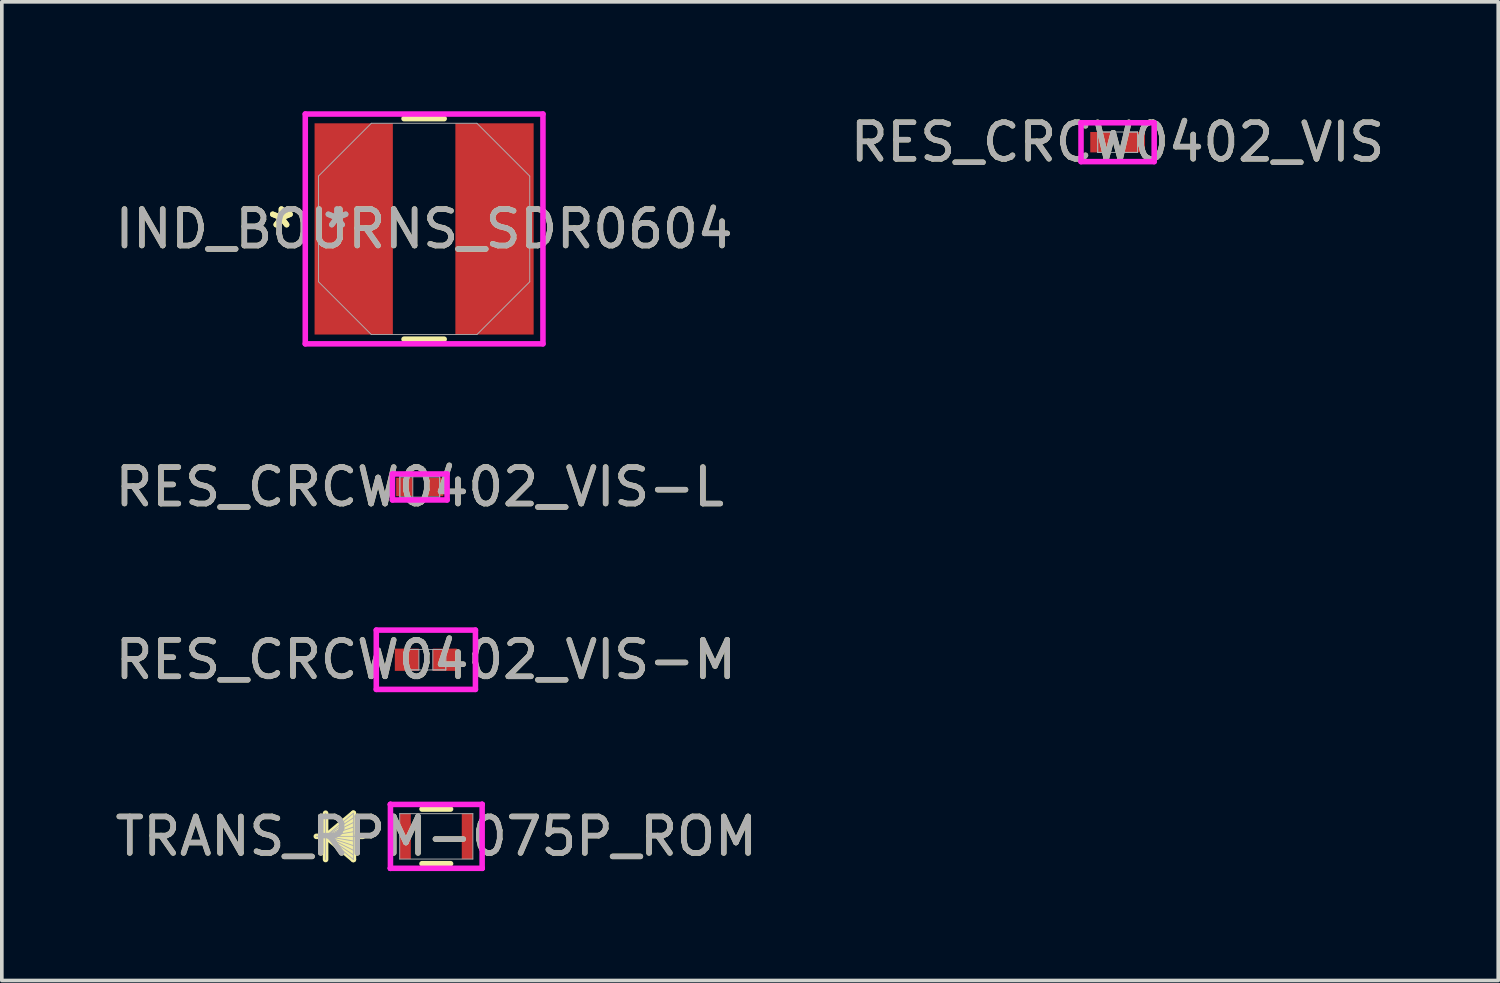
<source format=kicad_pcb>
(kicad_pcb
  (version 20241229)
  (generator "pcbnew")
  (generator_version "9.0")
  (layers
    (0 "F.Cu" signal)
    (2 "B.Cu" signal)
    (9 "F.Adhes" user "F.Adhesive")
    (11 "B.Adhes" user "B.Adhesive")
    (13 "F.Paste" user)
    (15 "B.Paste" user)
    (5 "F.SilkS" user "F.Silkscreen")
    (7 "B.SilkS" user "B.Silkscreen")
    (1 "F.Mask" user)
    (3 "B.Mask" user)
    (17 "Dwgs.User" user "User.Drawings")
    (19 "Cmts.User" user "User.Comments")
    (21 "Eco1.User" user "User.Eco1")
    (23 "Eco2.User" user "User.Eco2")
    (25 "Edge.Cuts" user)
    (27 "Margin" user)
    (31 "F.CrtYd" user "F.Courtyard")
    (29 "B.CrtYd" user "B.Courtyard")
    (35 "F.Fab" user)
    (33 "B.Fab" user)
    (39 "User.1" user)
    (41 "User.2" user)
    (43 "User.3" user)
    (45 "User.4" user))
  (footprint "TRANS_RPM-075P_ROM"
    (layer "F.Cu")
    (at 8.911 19.879)
    (property "Reference" "TRANS_RPM-075P_ROM" (at 0 0 0) (unlocked yes) (layer "F.SilkS") (effects (font (size 1 1) (thickness 0.15))))
    (attr smd)
    (fp_line (start -3.035 -0.635) (end -3.035 0.635) (stroke (width 0.152) (type solid)) (layer "F.SilkS"))
    (fp_line (start -3.035 0) (end -2.273 -0.635) (stroke (width 0.152) (type solid)) (layer "F.SilkS"))
    (fp_line (start -3.035 0) (end -2.273 -0.508) (stroke (width 0.152) (type solid)) (layer "F.SilkS"))
    (fp_line (start -3.035 0) (end -2.273 -0.381) (stroke (width 0.152) (type solid)) (layer "F.SilkS"))
    (fp_line (start -3.035 0) (end -2.273 -0.254) (stroke (width 0.152) (type solid)) (layer "F.SilkS"))
    (fp_line (start -3.035 0) (end -2.273 -0.127) (stroke (width 0.152) (type solid)) (layer "F.SilkS"))
    (fp_line (start -3.035 0) (end -2.273 0.127) (stroke (width 0.152) (type solid)) (layer "F.SilkS"))
    (fp_line (start -3.035 0) (end -2.273 0.254) (stroke (width 0.152) (type solid)) (layer "F.SilkS"))
    (fp_line (start -3.035 0) (end -2.273 0.381) (stroke (width 0.152) (type solid)) (layer "F.SilkS"))
    (fp_line (start -3.035 0) (end -2.273 0.508) (stroke (width 0.152) (type solid)) (layer "F.SilkS"))
    (fp_line (start -3.035 0) (end -2.273 0.635) (stroke (width 0.152) (type solid)) (layer "F.SilkS"))
    (fp_line (start -2.273 -0.635) (end -2.273 0.635) (stroke (width 0.152) (type solid)) (layer "F.SilkS"))
    (fp_line (start -2.019 0) (end -3.289 0) (stroke (width 0.152) (type solid)) (layer "F.SilkS"))
    (fp_line (start -0.391 0.749) (end 0.391 0.749) (stroke (width 0.152) (type solid)) (layer "F.SilkS"))
    (fp_line (start 0.391 -0.749) (end -0.391 -0.749) (stroke (width 0.152) (type solid)) (layer "F.SilkS"))
    (fp_line (start -1.257 -0.876) (end -1.257 -0.876) (stroke (width 0.152) (type solid)) (layer "F.CrtYd"))
    (fp_line (start -1.257 -0.876) (end -1.257 -0.876) (stroke (width 0.152) (type solid)) (layer "F.CrtYd"))
    (fp_line (start -1.257 -0.876) (end 1.257 -0.876) (stroke (width 0.152) (type solid)) (layer "F.CrtYd"))
    (fp_line (start -1.257 0.876) (end -1.257 -0.876) (stroke (width 0.152) (type solid)) (layer "F.CrtYd"))
    (fp_line (start -1.257 0.876) (end -1.257 0.876) (stroke (width 0.152) (type solid)) (layer "F.CrtYd"))
    (fp_line (start -1.257 0.876) (end -1.257 0.876) (stroke (width 0.152) (type solid)) (layer "F.CrtYd"))
    (fp_line (start 1.257 -0.876) (end 1.257 -0.876) (stroke (width 0.152) (type solid)) (layer "F.CrtYd"))
    (fp_line (start 1.257 -0.876) (end 1.257 -0.876) (stroke (width 0.152) (type solid)) (layer "F.CrtYd"))
    (fp_line (start 1.257 -0.876) (end 1.257 0.876) (stroke (width 0.152) (type solid)) (layer "F.CrtYd"))
    (fp_line (start 1.257 0.876) (end -1.257 0.876) (stroke (width 0.152) (type solid)) (layer "F.CrtYd"))
    (fp_line (start 1.257 0.876) (end 1.257 0.876) (stroke (width 0.152) (type solid)) (layer "F.CrtYd"))
    (fp_line (start 1.257 0.876) (end 1.257 0.876) (stroke (width 0.152) (type solid)) (layer "F.CrtYd"))
    (fp_line (start -3.035 -0.635) (end -3.035 0.635) (stroke (width 0.025) (type solid)) (layer "F.Fab"))
    (fp_line (start -3.035 0) (end -2.273 -0.635) (stroke (width 0.025) (type solid)) (layer "F.Fab"))
    (fp_line (start -3.035 0) (end -2.273 -0.508) (stroke (width 0.025) (type solid)) (layer "F.Fab"))
    (fp_line (start -3.035 0) (end -2.273 -0.381) (stroke (width 0.025) (type solid)) (layer "F.Fab"))
    (fp_line (start -3.035 0) (end -2.273 -0.254) (stroke (width 0.025) (type solid)) (layer "F.Fab"))
    (fp_line (start -3.035 0) (end -2.273 -0.127) (stroke (width 0.025) (type solid)) (layer "F.Fab"))
    (fp_line (start -3.035 0) (end -2.273 0.127) (stroke (width 0.025) (type solid)) (layer "F.Fab"))
    (fp_line (start -3.035 0) (end -2.273 0.254) (stroke (width 0.025) (type solid)) (layer "F.Fab"))
    (fp_line (start -3.035 0) (end -2.273 0.381) (stroke (width 0.025) (type solid)) (layer "F.Fab"))
    (fp_line (start -3.035 0) (end -2.273 0.508) (stroke (width 0.025) (type solid)) (layer "F.Fab"))
    (fp_line (start -3.035 0) (end -2.273 0.635) (stroke (width 0.025) (type solid)) (layer "F.Fab"))
    (fp_line (start -2.273 -0.635) (end -2.273 0.635) (stroke (width 0.025) (type solid)) (layer "F.Fab"))
    (fp_line (start -2.019 0) (end -3.289 0) (stroke (width 0.025) (type solid)) (layer "F.Fab"))
    (fp_line (start -1.003 -0.622) (end -1.003 0.622) (stroke (width 0.025) (type solid)) (layer "F.Fab"))
    (fp_line (start -1.003 0.622) (end 1.003 0.622) (stroke (width 0.025) (type solid)) (layer "F.Fab"))
    (fp_line (start 1.003 -0.622) (end -1.003 -0.622) (stroke (width 0.025) (type solid)) (layer "F.Fab"))
    (fp_line (start 1.003 0.622) (end 1.003 -0.622) (stroke (width 0.025) (type solid)) (layer "F.Fab"))
    (fp_text user "${REFERENCE}" (at 0 0 0) (unlocked yes) (layer "F.Fab") (effects (font (size 1 1) (thickness 0.15))))
    (pad "1" smd rect (at -0.851 0) (size 0.305 1.245) (layers "F.Cu" "F.Mask" "F.Paste"))
    (pad "2" smd rect (at 0.851 0) (size 0.305 1.245) (layers "F.Cu" "F.Mask" "F.Paste"))
    (zone (net_name "") (layer "F.Cu") (hatch full 0.508) (connect_pads) (min_thickness 0.254) (filled_areas_thickness no) (keepout (tracks not_allowed) (vias not_allowed) (pads allowed) (copperpour not_allowed) (footprints allowed)) (placement (enabled no)) (fill) (polygon (pts (xy 8.263 19.307) (xy 9.558 19.307) (xy 9.558 20.45) (xy 8.263 20.45)))))
  (footprint "RES_CRCW0402_VIS"
    (layer "F.Cu")
    (at 27.589 0.848)
    (property "Reference" "RES_CRCW0402_VIS" (at 0 0 0) (unlocked yes) (layer "F.SilkS") (effects (font (size 1 1) (thickness 0.15))))
    (attr smd)
    (fp_line (start -1.003 -0.533) (end 1.003 -0.533) (stroke (width 0.152) (type solid)) (layer "F.CrtYd"))
    (fp_line (start -1.003 0.533) (end -1.003 -0.533) (stroke (width 0.152) (type solid)) (layer "F.CrtYd"))
    (fp_line (start 1.003 -0.533) (end 1.003 0.533) (stroke (width 0.152) (type solid)) (layer "F.CrtYd"))
    (fp_line (start 1.003 0.533) (end -1.003 0.533) (stroke (width 0.152) (type solid)) (layer "F.CrtYd"))
    (fp_line (start -0.546 -0.279) (end -0.546 0.279) (stroke (width 0.025) (type solid)) (layer "F.Fab"))
    (fp_line (start -0.546 -0.279) (end -0.546 0.279) (stroke (width 0.025) (type solid)) (layer "F.Fab"))
    (fp_line (start -0.546 0.279) (end -0.191 0.279) (stroke (width 0.025) (type solid)) (layer "F.Fab"))
    (fp_line (start -0.546 0.279) (end 0.546 0.279) (stroke (width 0.025) (type solid)) (layer "F.Fab"))
    (fp_line (start -0.191 -0.279) (end -0.546 -0.279) (stroke (width 0.025) (type solid)) (layer "F.Fab"))
    (fp_line (start -0.191 0.279) (end -0.191 -0.279) (stroke (width 0.025) (type solid)) (layer "F.Fab"))
    (fp_line (start 0.191 -0.279) (end 0.191 0.279) (stroke (width 0.025) (type solid)) (layer "F.Fab"))
    (fp_line (start 0.191 0.279) (end 0.546 0.279) (stroke (width 0.025) (type solid)) (layer "F.Fab"))
    (fp_line (start 0.546 -0.279) (end -0.546 -0.279) (stroke (width 0.025) (type solid)) (layer "F.Fab"))
    (fp_line (start 0.546 -0.279) (end 0.191 -0.279) (stroke (width 0.025) (type solid)) (layer "F.Fab"))
    (fp_line (start 0.546 0.279) (end 0.546 -0.279) (stroke (width 0.025) (type solid)) (layer "F.Fab"))
    (fp_line (start 0.546 0.279) (end 0.546 -0.279) (stroke (width 0.025) (type solid)) (layer "F.Fab"))
    (fp_text user "${REFERENCE}" (at 0 0 0) (unlocked yes) (layer "F.Fab") (effects (font (size 1 1) (thickness 0.15))))
    (pad "1" smd rect (at -0.47 0) (size 0.559 0.559) (layers "F.Cu" "F.Mask" "F.Paste"))
    (pad "2" smd rect (at 0.47 0) (size 0.559 0.559) (layers "F.Cu" "F.Mask" "F.Paste"))
    (zone (net_name "") (layer "F.Cu") (hatch full 0.508) (connect_pads) (min_thickness 0.254) (filled_areas_thickness no) (keepout (tracks not_allowed) (vias not_allowed) (pads allowed) (copperpour not_allowed) (footprints allowed)) (placement (enabled no)) (fill) (polygon (pts (xy 27.45 0.62) (xy 27.729 0.62) (xy 27.729 1.077) (xy 27.45 1.077)))))
  (footprint "RES_CRCW0402_VIS-M"
    (layer "F.Cu")
    (at 8.625 15.037)
    (property "Reference" "RES_CRCW0402_VIS-M" (at 0 0 0) (unlocked yes) (layer "F.SilkS") (effects (font (size 1 1) (thickness 0.15))))
    (attr smd)
    (fp_line (start -1.359 -0.813) (end 1.359 -0.813) (stroke (width 0.152) (type solid)) (layer "F.CrtYd"))
    (fp_line (start -1.359 0.813) (end -1.359 -0.813) (stroke (width 0.152) (type solid)) (layer "F.CrtYd"))
    (fp_line (start 1.359 -0.813) (end 1.359 0.813) (stroke (width 0.152) (type solid)) (layer "F.CrtYd"))
    (fp_line (start 1.359 0.813) (end -1.359 0.813) (stroke (width 0.152) (type solid)) (layer "F.CrtYd"))
    (fp_line (start -0.546 -0.279) (end -0.546 0.279) (stroke (width 0.025) (type solid)) (layer "F.Fab"))
    (fp_line (start -0.546 -0.279) (end -0.546 0.279) (stroke (width 0.025) (type solid)) (layer "F.Fab"))
    (fp_line (start -0.546 0.279) (end -0.191 0.279) (stroke (width 0.025) (type solid)) (layer "F.Fab"))
    (fp_line (start -0.546 0.279) (end 0.546 0.279) (stroke (width 0.025) (type solid)) (layer "F.Fab"))
    (fp_line (start -0.191 -0.279) (end -0.546 -0.279) (stroke (width 0.025) (type solid)) (layer "F.Fab"))
    (fp_line (start -0.191 0.279) (end -0.191 -0.279) (stroke (width 0.025) (type solid)) (layer "F.Fab"))
    (fp_line (start 0.191 -0.279) (end 0.191 0.279) (stroke (width 0.025) (type solid)) (layer "F.Fab"))
    (fp_line (start 0.191 0.279) (end 0.546 0.279) (stroke (width 0.025) (type solid)) (layer "F.Fab"))
    (fp_line (start 0.546 -0.279) (end -0.546 -0.279) (stroke (width 0.025) (type solid)) (layer "F.Fab"))
    (fp_line (start 0.546 -0.279) (end 0.191 -0.279) (stroke (width 0.025) (type solid)) (layer "F.Fab"))
    (fp_line (start 0.546 0.279) (end 0.546 -0.279) (stroke (width 0.025) (type solid)) (layer "F.Fab"))
    (fp_line (start 0.546 0.279) (end 0.546 -0.279) (stroke (width 0.025) (type solid)) (layer "F.Fab"))
    (fp_text user "${REFERENCE}" (at 0 0 0) (unlocked yes) (layer "F.Fab") (effects (font (size 1 1) (thickness 0.15))))
    (pad "1" smd rect (at -0.521 0) (size 0.66 0.61) (layers "F.Cu" "F.Mask" "F.Paste"))
    (pad "2" smd rect (at 0.521 0) (size 0.66 0.61) (layers "F.Cu" "F.Mask" "F.Paste"))
    (zone (net_name "") (layer "F.Cu") (hatch full 0.508) (connect_pads) (min_thickness 0.254) (filled_areas_thickness no) (keepout (tracks not_allowed) (vias not_allowed) (pads allowed) (copperpour not_allowed) (footprints allowed)) (placement (enabled no)) (fill) (polygon (pts (xy 8.485 14.809) (xy 8.765 14.809) (xy 8.765 15.266) (xy 8.485 15.266)))))
  (footprint "RES_CRCW0402_VIS-L"
    (layer "F.Cu")
    (at 8.458 10.3)
    (property "Reference" "RES_CRCW0402_VIS-L" (at 0 0 0) (unlocked yes) (layer "F.SilkS") (effects (font (size 1 1) (thickness 0.15))))
    (attr smd)
    (fp_line (start -0.749 -0.356) (end 0.749 -0.356) (stroke (width 0.152) (type solid)) (layer "F.CrtYd"))
    (fp_line (start -0.749 0.356) (end -0.749 -0.356) (stroke (width 0.152) (type solid)) (layer "F.CrtYd"))
    (fp_line (start 0.749 -0.356) (end 0.749 0.356) (stroke (width 0.152) (type solid)) (layer "F.CrtYd"))
    (fp_line (start 0.749 0.356) (end -0.749 0.356) (stroke (width 0.152) (type solid)) (layer "F.CrtYd"))
    (fp_line (start -0.546 -0.279) (end -0.546 0.279) (stroke (width 0.025) (type solid)) (layer "F.Fab"))
    (fp_line (start -0.546 -0.279) (end -0.546 0.279) (stroke (width 0.025) (type solid)) (layer "F.Fab"))
    (fp_line (start -0.546 0.279) (end -0.191 0.279) (stroke (width 0.025) (type solid)) (layer "F.Fab"))
    (fp_line (start -0.546 0.279) (end 0.546 0.279) (stroke (width 0.025) (type solid)) (layer "F.Fab"))
    (fp_line (start -0.191 -0.279) (end -0.546 -0.279) (stroke (width 0.025) (type solid)) (layer "F.Fab"))
    (fp_line (start -0.191 0.279) (end -0.191 -0.279) (stroke (width 0.025) (type solid)) (layer "F.Fab"))
    (fp_line (start 0.191 -0.279) (end 0.191 0.279) (stroke (width 0.025) (type solid)) (layer "F.Fab"))
    (fp_line (start 0.191 0.279) (end 0.546 0.279) (stroke (width 0.025) (type solid)) (layer "F.Fab"))
    (fp_line (start 0.546 -0.279) (end -0.546 -0.279) (stroke (width 0.025) (type solid)) (layer "F.Fab"))
    (fp_line (start 0.546 -0.279) (end 0.191 -0.279) (stroke (width 0.025) (type solid)) (layer "F.Fab"))
    (fp_line (start 0.546 0.279) (end 0.546 -0.279) (stroke (width 0.025) (type solid)) (layer "F.Fab"))
    (fp_line (start 0.546 0.279) (end 0.546 -0.279) (stroke (width 0.025) (type solid)) (layer "F.Fab"))
    (fp_text user "${REFERENCE}" (at 0 0 0) (unlocked yes) (layer "F.Fab") (effects (font (size 1 1) (thickness 0.15))))
    (pad "1" smd rect (at -0.419 0) (size 0.457 0.508) (layers "F.Cu" "F.Mask" "F.Paste"))
    (pad "2" smd rect (at 0.419 0) (size 0.457 0.508) (layers "F.Cu" "F.Mask" "F.Paste"))
    (zone (net_name "") (layer "F.Cu") (hatch full 0.508) (connect_pads) (min_thickness 0.254) (filled_areas_thickness no) (keepout (tracks not_allowed) (vias not_allowed) (pads allowed) (copperpour not_allowed) (footprints allowed)) (placement (enabled no)) (fill) (polygon (pts (xy 8.319 10.071) (xy 8.598 10.071) (xy 8.598 10.528) (xy 8.319 10.528)))))
  (footprint "IND_BOURNS_SDR0604"
    (layer "F.Cu")
    (at 8.577 3.226)
    (property "Reference" "IND_BOURNS_SDR0604" (at 0 0 0) (unlocked yes) (layer "F.SilkS") (effects (font (size 1 1) (thickness 0.15))))
    (attr smd)
    (fp_line (start -0.55 3.023) (end 0.55 3.023) (stroke (width 0.152) (type solid)) (layer "F.SilkS"))
    (fp_line (start 0.55 -3.023) (end -0.55 -3.023) (stroke (width 0.152) (type solid)) (layer "F.SilkS"))
    (fp_line (start -3.258 -3.15) (end 3.258 -3.15) (stroke (width 0.152) (type solid)) (layer "F.CrtYd"))
    (fp_line (start -3.258 3.15) (end -3.258 -3.15) (stroke (width 0.152) (type solid)) (layer "F.CrtYd"))
    (fp_line (start 3.258 -3.15) (end 3.258 3.15) (stroke (width 0.152) (type solid)) (layer "F.CrtYd"))
    (fp_line (start 3.258 3.15) (end -3.258 3.15) (stroke (width 0.152) (type solid)) (layer "F.CrtYd"))
    (fp_line (start -2.896 -1.448) (end -2.896 1.448) (stroke (width 0.025) (type solid)) (layer "F.Fab"))
    (fp_line (start -2.896 1.448) (end -1.448 2.896) (stroke (width 0.025) (type solid)) (layer "F.Fab"))
    (fp_line (start -1.448 -2.896) (end -2.896 -1.448) (stroke (width 0.025) (type solid)) (layer "F.Fab"))
    (fp_line (start -1.448 2.896) (end 1.448 2.896) (stroke (width 0.025) (type solid)) (layer "F.Fab"))
    (fp_line (start 1.448 -2.896) (end -1.448 -2.896) (stroke (width 0.025) (type solid)) (layer "F.Fab"))
    (fp_line (start 1.448 2.896) (end 2.896 1.448) (stroke (width 0.025) (type solid)) (layer "F.Fab"))
    (fp_line (start 2.896 -1.448) (end 1.448 -2.896) (stroke (width 0.025) (type solid)) (layer "F.Fab"))
    (fp_line (start 2.896 1.448) (end 2.896 -1.448) (stroke (width 0.025) (type solid)) (layer "F.Fab"))
    (fp_text user "*" (at -3.912 0 0) (layer "F.SilkS") (effects (font (size 1 1) (thickness 0.15))))
    (fp_text user "*" (at -3.912 0 0) (unlocked yes) (layer "F.SilkS") (effects (font (size 1 1) (thickness 0.15))))
    (fp_text user "*" (at -2.388 0 0) (layer "F.Fab") (effects (font (size 1 1) (thickness 0.15))))
    (fp_text user "*" (at -2.388 0 0) (unlocked yes) (layer "F.Fab") (effects (font (size 1 1) (thickness 0.15))))
    (fp_text user "${REFERENCE}" (at 0 0 0) (unlocked yes) (layer "F.Fab") (effects (font (size 1 1) (thickness 0.15))))
    (pad "1" smd rect (at -1.93 0) (size 2.146 5.791) (layers "F.Cu" "F.Mask" "F.Paste"))
    (pad "2" smd rect (at 1.93 0) (size 2.146 5.791) (layers "F.Cu" "F.Mask" "F.Paste")))
  (gr_rect
    (start -3 -3)
    (end 38.024 23.831)
    (stroke (width 0.1) (type default))
    (fill no)
    (layer "Edge.Cuts")))
</source>
